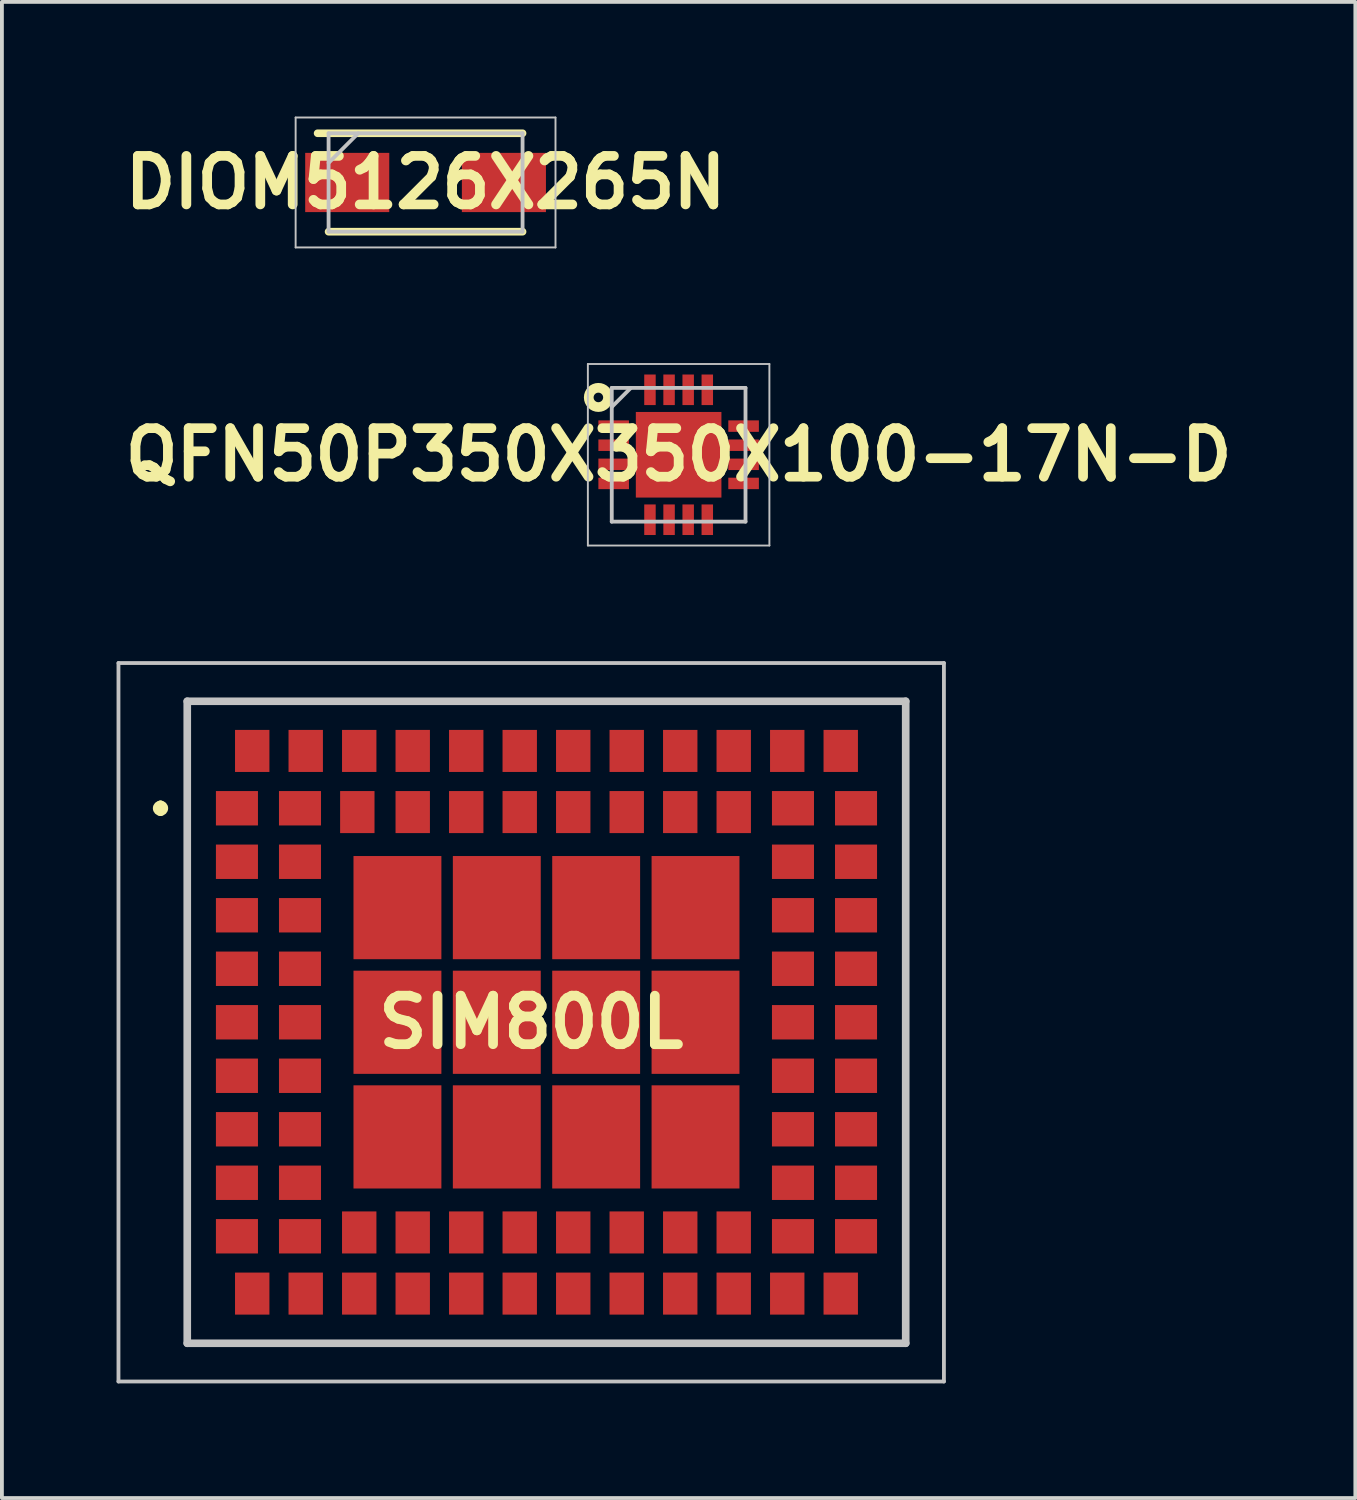
<source format=kicad_pcb>
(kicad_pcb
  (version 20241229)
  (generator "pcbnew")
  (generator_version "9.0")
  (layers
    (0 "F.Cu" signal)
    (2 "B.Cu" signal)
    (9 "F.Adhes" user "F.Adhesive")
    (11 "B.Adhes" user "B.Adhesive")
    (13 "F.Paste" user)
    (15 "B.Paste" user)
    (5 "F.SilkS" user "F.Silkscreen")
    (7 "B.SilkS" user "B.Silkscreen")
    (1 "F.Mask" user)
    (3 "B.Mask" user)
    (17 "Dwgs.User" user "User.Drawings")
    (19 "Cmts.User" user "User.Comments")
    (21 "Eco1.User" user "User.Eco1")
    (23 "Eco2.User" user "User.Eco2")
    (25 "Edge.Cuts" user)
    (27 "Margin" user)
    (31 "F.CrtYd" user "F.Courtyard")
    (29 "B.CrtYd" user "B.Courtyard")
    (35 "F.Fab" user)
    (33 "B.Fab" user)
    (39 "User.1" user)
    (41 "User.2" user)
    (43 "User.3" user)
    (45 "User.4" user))
  (footprint "QFN50P350X350X100-17N-D"
    (layer "F.Cu")
    (at 14.708 8.85)
    (property "Reference" "QFN50P350X350X100-17N-D" (at 0 0 0) (layer "F.SilkS") (effects (font (size 1.27 1.27) (thickness 0.254))))
    (attr smd)
    (fp_circle (center -2.1 -1.5) (end -1.975 -1.5) (stroke (width 0.254) (type solid)) (fill no) (layer "F.SilkS"))
    (fp_line (start -2.375 -2.375) (end 2.375 -2.375) (stroke (width 0.05) (type solid)) (layer "Dwgs.User"))
    (fp_line (start -2.375 2.375) (end -2.375 -2.375) (stroke (width 0.05) (type solid)) (layer "Dwgs.User"))
    (fp_line (start -1.75 -1.75) (end 1.75 -1.75) (stroke (width 0.1) (type solid)) (layer "Dwgs.User"))
    (fp_line (start -1.75 -1.25) (end -1.25 -1.75) (stroke (width 0.1) (type solid)) (layer "Dwgs.User"))
    (fp_line (start -1.75 1.75) (end -1.75 -1.75) (stroke (width 0.1) (type solid)) (layer "Dwgs.User"))
    (fp_line (start 1.75 -1.75) (end 1.75 1.75) (stroke (width 0.1) (type solid)) (layer "Dwgs.User"))
    (fp_line (start 1.75 1.75) (end -1.75 1.75) (stroke (width 0.1) (type solid)) (layer "Dwgs.User"))
    (fp_line (start 2.375 -2.375) (end 2.375 2.375) (stroke (width 0.05) (type solid)) (layer "Dwgs.User"))
    (fp_line (start 2.375 2.375) (end -2.375 2.375) (stroke (width 0.05) (type solid)) (layer "Dwgs.User"))
    (pad "1" smd rect (at -1.7 -0.75 90) (size 0.3 0.8) (layers "F.Cu" "F.Mask" "F.Paste"))
    (pad "2" smd rect (at -1.7 -0.25 90) (size 0.3 0.8) (layers "F.Cu" "F.Mask" "F.Paste"))
    (pad "3" smd rect (at -1.7 0.25 90) (size 0.3 0.8) (layers "F.Cu" "F.Mask" "F.Paste"))
    (pad "4" smd rect (at -1.7 0.75 90) (size 0.3 0.8) (layers "F.Cu" "F.Mask" "F.Paste"))
    (pad "5" smd rect (at -0.75 1.7) (size 0.3 0.8) (layers "F.Cu" "F.Mask" "F.Paste"))
    (pad "6" smd rect (at -0.25 1.7) (size 0.3 0.8) (layers "F.Cu" "F.Mask" "F.Paste"))
    (pad "7" smd rect (at 0.25 1.7) (size 0.3 0.8) (layers "F.Cu" "F.Mask" "F.Paste"))
    (pad "8" smd rect (at 0.75 1.7) (size 0.3 0.8) (layers "F.Cu" "F.Mask" "F.Paste"))
    (pad "9" smd rect (at 1.7 0.75 90) (size 0.3 0.8) (layers "F.Cu" "F.Mask" "F.Paste"))
    (pad "10" smd rect (at 1.7 0.25 90) (size 0.3 0.8) (layers "F.Cu" "F.Mask" "F.Paste"))
    (pad "11" smd rect (at 1.7 -0.25 90) (size 0.3 0.8) (layers "F.Cu" "F.Mask" "F.Paste"))
    (pad "12" smd rect (at 1.7 -0.75 90) (size 0.3 0.8) (layers "F.Cu" "F.Mask" "F.Paste"))
    (pad "13" smd rect (at 0.75 -1.7) (size 0.3 0.8) (layers "F.Cu" "F.Mask" "F.Paste"))
    (pad "14" smd rect (at 0.25 -1.7) (size 0.3 0.8) (layers "F.Cu" "F.Mask" "F.Paste"))
    (pad "15" smd rect (at -0.25 -1.7) (size 0.3 0.8) (layers "F.Cu" "F.Mask" "F.Paste"))
    (pad "16" smd rect (at -0.75 -1.7) (size 0.3 0.8) (layers "F.Cu" "F.Mask" "F.Paste"))
    (pad "17" smd rect (at 0 0) (size 2.24 2.24) (layers "F.Cu" "F.Mask" "F.Paste")))
  (footprint "SIM800L"
    (layer "F.Cu")
    (at 10.85 23.7)
    (property "Reference" "SIM800L" (at 0 0 0) (layer "F.SilkS") (effects (font (size 1.27 1.27) (thickness 0.254))))
    (attr smd)
    (fp_line (start -9.7 -5.7) (end -9.7 -5.7) (stroke (width 0.2) (type solid)) (layer "F.SilkS"))
    (fp_line (start -9.7 -5.5) (end -9.7 -5.5) (stroke (width 0.2) (type solid)) (layer "F.SilkS"))
    (fp_line (start -9 -8.4) (end 9.8 -8.4) (stroke (width 0.1) (type solid)) (layer "F.SilkS"))
    (fp_line (start -9 8.4) (end -9 -8.4) (stroke (width 0.1) (type solid)) (layer "F.SilkS"))
    (fp_line (start 9.8 -8.4) (end 9.8 8.4) (stroke (width 0.1) (type solid)) (layer "F.SilkS"))
    (fp_line (start 9.8 8.4) (end -9 8.4) (stroke (width 0.1) (type solid)) (layer "F.SilkS"))
    (fp_arc (start -9.7 -5.7) (mid -9.6 -5.6) (end -9.7 -5.5) (stroke (width 0.2) (type solid)) (layer "F.SilkS"))
    (fp_arc (start -9.7 -5.5) (mid -9.8 -5.6) (end -9.7 -5.7) (stroke (width 0.2) (type solid)) (layer "F.SilkS"))
    (fp_line (start -10.8 -9.4) (end 10.8 -9.4) (stroke (width 0.1) (type solid)) (layer "Dwgs.User"))
    (fp_line (start -10.8 9.4) (end -10.8 -9.4) (stroke (width 0.1) (type solid)) (layer "Dwgs.User"))
    (fp_line (start -9 -8.4) (end 9.8 -8.4) (stroke (width 0.2) (type solid)) (layer "Dwgs.User"))
    (fp_line (start -9 8.4) (end -9 -8.4) (stroke (width 0.2) (type solid)) (layer "Dwgs.User"))
    (fp_line (start 9.8 -8.4) (end 9.8 8.4) (stroke (width 0.2) (type solid)) (layer "Dwgs.User"))
    (fp_line (start 9.8 8.4) (end -9 8.4) (stroke (width 0.2) (type solid)) (layer "Dwgs.User"))
    (fp_line (start 10.8 -9.4) (end 10.8 9.4) (stroke (width 0.1) (type solid)) (layer "Dwgs.User"))
    (fp_line (start 10.8 9.4) (end -10.8 9.4) (stroke (width 0.1) (type solid)) (layer "Dwgs.User"))
    (pad "1" smd rect (at -7.7 -5.6 90) (size 0.9 1.1) (layers "F.Cu" "F.Mask" "F.Paste"))
    (pad "2" smd rect (at -7.7 -4.2 90) (size 0.9 1.1) (layers "F.Cu" "F.Mask" "F.Paste"))
    (pad "3" smd rect (at -7.7 -2.8 90) (size 0.9 1.1) (layers "F.Cu" "F.Mask" "F.Paste"))
    (pad "4" smd rect (at -7.7 -1.4 90) (size 0.9 1.1) (layers "F.Cu" "F.Mask" "F.Paste"))
    (pad "5" smd rect (at -7.7 0 90) (size 0.9 1.1) (layers "F.Cu" "F.Mask" "F.Paste"))
    (pad "6" smd rect (at -7.7 1.4 90) (size 0.9 1.1) (layers "F.Cu" "F.Mask" "F.Paste"))
    (pad "7" smd rect (at -7.7 2.8 90) (size 0.9 1.1) (layers "F.Cu" "F.Mask" "F.Paste"))
    (pad "8" smd rect (at -7.7 4.2 90) (size 0.9 1.1) (layers "F.Cu" "F.Mask" "F.Paste"))
    (pad "9" smd rect (at -7.7 5.6 90) (size 0.9 1.1) (layers "F.Cu" "F.Mask" "F.Paste"))
    (pad "10" smd rect (at -7.3 7.1) (size 0.9 1.1) (layers "F.Cu" "F.Mask" "F.Paste"))
    (pad "11" smd rect (at -5.9 7.1) (size 0.9 1.1) (layers "F.Cu" "F.Mask" "F.Paste"))
    (pad "12" smd rect (at -4.5 7.1) (size 0.9 1.1) (layers "F.Cu" "F.Mask" "F.Paste"))
    (pad "13" smd rect (at -3.1 7.1) (size 0.9 1.1) (layers "F.Cu" "F.Mask" "F.Paste"))
    (pad "14" smd rect (at -1.7 7.1) (size 0.9 1.1) (layers "F.Cu" "F.Mask" "F.Paste"))
    (pad "15" smd rect (at -0.3 7.1) (size 0.9 1.1) (layers "F.Cu" "F.Mask" "F.Paste"))
    (pad "16" smd rect (at 1.1 7.1) (size 0.9 1.1) (layers "F.Cu" "F.Mask" "F.Paste"))
    (pad "17" smd rect (at 2.5 7.1) (size 0.9 1.1) (layers "F.Cu" "F.Mask" "F.Paste"))
    (pad "18" smd rect (at 3.9 7.1) (size 0.9 1.1) (layers "F.Cu" "F.Mask" "F.Paste"))
    (pad "19" smd rect (at 5.3 7.1) (size 0.9 1.1) (layers "F.Cu" "F.Mask" "F.Paste"))
    (pad "20" smd rect (at 6.7 7.1) (size 0.9 1.1) (layers "F.Cu" "F.Mask" "F.Paste"))
    (pad "21" smd rect (at 8.1 7.1) (size 0.9 1.1) (layers "F.Cu" "F.Mask" "F.Paste"))
    (pad "22" smd rect (at 8.5 5.6 90) (size 0.9 1.1) (layers "F.Cu" "F.Mask" "F.Paste"))
    (pad "23" smd rect (at 8.5 4.2 90) (size 0.9 1.1) (layers "F.Cu" "F.Mask" "F.Paste"))
    (pad "24" smd rect (at 8.5 2.8 90) (size 0.9 1.1) (layers "F.Cu" "F.Mask" "F.Paste"))
    (pad "25" smd rect (at 8.5 1.4 90) (size 0.9 1.1) (layers "F.Cu" "F.Mask" "F.Paste"))
    (pad "26" smd rect (at 8.5 0 90) (size 0.9 1.1) (layers "F.Cu" "F.Mask" "F.Paste"))
    (pad "27" smd rect (at 8.5 -1.4 90) (size 0.9 1.1) (layers "F.Cu" "F.Mask" "F.Paste"))
    (pad "28" smd rect (at 8.5 -2.8 90) (size 0.9 1.1) (layers "F.Cu" "F.Mask" "F.Paste"))
    (pad "29" smd rect (at 8.5 -4.2 90) (size 0.9 1.1) (layers "F.Cu" "F.Mask" "F.Paste"))
    (pad "30" smd rect (at 8.5 -5.6 90) (size 0.9 1.1) (layers "F.Cu" "F.Mask" "F.Paste"))
    (pad "31" smd rect (at 8.1 -7.1) (size 0.9 1.1) (layers "F.Cu" "F.Mask" "F.Paste"))
    (pad "32" smd rect (at 6.7 -7.1) (size 0.9 1.1) (layers "F.Cu" "F.Mask" "F.Paste"))
    (pad "33" smd rect (at 5.3 -7.1) (size 0.9 1.1) (layers "F.Cu" "F.Mask" "F.Paste"))
    (pad "34" smd rect (at 3.9 -7.1) (size 0.9 1.1) (layers "F.Cu" "F.Mask" "F.Paste"))
    (pad "35" smd rect (at 2.5 -7.1) (size 0.9 1.1) (layers "F.Cu" "F.Mask" "F.Paste"))
    (pad "36" smd rect (at 1.1 -7.1) (size 0.9 1.1) (layers "F.Cu" "F.Mask" "F.Paste"))
    (pad "37" smd rect (at -0.3 -7.1) (size 0.9 1.1) (layers "F.Cu" "F.Mask" "F.Paste"))
    (pad "38" smd rect (at -1.7 -7.1) (size 0.9 1.1) (layers "F.Cu" "F.Mask" "F.Paste"))
    (pad "39" smd rect (at -3.1 -7.1) (size 0.9 1.1) (layers "F.Cu" "F.Mask" "F.Paste"))
    (pad "40" smd rect (at -4.5 -7.1) (size 0.9 1.1) (layers "F.Cu" "F.Mask" "F.Paste"))
    (pad "41" smd rect (at -5.9 -7.1) (size 0.9 1.1) (layers "F.Cu" "F.Mask" "F.Paste"))
    (pad "42" smd rect (at -7.3 -7.1) (size 0.9 1.1) (layers "F.Cu" "F.Mask" "F.Paste"))
    (pad "43" smd rect (at -6.05 -5.6 90) (size 0.9 1.1) (layers "F.Cu" "F.Mask" "F.Paste"))
    (pad "44" smd rect (at -6.05 -4.2 90) (size 0.9 1.1) (layers "F.Cu" "F.Mask" "F.Paste"))
    (pad "45" smd rect (at -6.05 -2.8 90) (size 0.9 1.1) (layers "F.Cu" "F.Mask" "F.Paste"))
    (pad "46" smd rect (at -6.05 -1.4 90) (size 0.9 1.1) (layers "F.Cu" "F.Mask" "F.Paste"))
    (pad "47" smd rect (at -6.05 0 90) (size 0.9 1.1) (layers "F.Cu" "F.Mask" "F.Paste"))
    (pad "48" smd rect (at -6.05 1.4 90) (size 0.9 1.1) (layers "F.Cu" "F.Mask" "F.Paste"))
    (pad "49" smd rect (at -6.05 2.8 90) (size 0.9 1.1) (layers "F.Cu" "F.Mask" "F.Paste"))
    (pad "50" smd rect (at -6.05 4.2 90) (size 0.9 1.1) (layers "F.Cu" "F.Mask" "F.Paste"))
    (pad "51" smd rect (at -6.05 5.6 90) (size 0.9 1.1) (layers "F.Cu" "F.Mask" "F.Paste"))
    (pad "52" smd rect (at -4.5 5.5) (size 0.9 1.1) (layers "F.Cu" "F.Mask" "F.Paste"))
    (pad "53" smd rect (at -3.1 5.5) (size 0.9 1.1) (layers "F.Cu" "F.Mask" "F.Paste"))
    (pad "54" smd rect (at -1.7 5.5) (size 0.9 1.1) (layers "F.Cu" "F.Mask" "F.Paste"))
    (pad "55" smd rect (at -0.3 5.5) (size 0.9 1.1) (layers "F.Cu" "F.Mask" "F.Paste"))
    (pad "56" smd rect (at 1.1 5.5) (size 0.9 1.1) (layers "F.Cu" "F.Mask" "F.Paste"))
    (pad "57" smd rect (at 2.5 5.5) (size 0.9 1.1) (layers "F.Cu" "F.Mask" "F.Paste"))
    (pad "58" smd rect (at 3.9 5.5) (size 0.9 1.1) (layers "F.Cu" "F.Mask" "F.Paste"))
    (pad "59" smd rect (at 5.3 5.5) (size 0.9 1.1) (layers "F.Cu" "F.Mask" "F.Paste"))
    (pad "60" smd rect (at 6.85 5.6 90) (size 0.9 1.1) (layers "F.Cu" "F.Mask" "F.Paste"))
    (pad "61" smd rect (at 6.85 4.2 90) (size 0.9 1.1) (layers "F.Cu" "F.Mask" "F.Paste"))
    (pad "62" smd rect (at 6.85 2.8 90) (size 0.9 1.1) (layers "F.Cu" "F.Mask" "F.Paste"))
    (pad "63" smd rect (at 6.85 1.4 90) (size 0.9 1.1) (layers "F.Cu" "F.Mask" "F.Paste"))
    (pad "64" smd rect (at 6.85 0 90) (size 0.9 1.1) (layers "F.Cu" "F.Mask" "F.Paste"))
    (pad "65" smd rect (at 6.85 -1.4 90) (size 0.9 1.1) (layers "F.Cu" "F.Mask" "F.Paste"))
    (pad "66" smd rect (at 6.85 -2.8 90) (size 0.9 1.1) (layers "F.Cu" "F.Mask" "F.Paste"))
    (pad "67" smd rect (at 6.85 -4.2 90) (size 0.9 1.1) (layers "F.Cu" "F.Mask" "F.Paste"))
    (pad "68" smd rect (at 6.85 -5.6 90) (size 0.9 1.1) (layers "F.Cu" "F.Mask" "F.Paste"))
    (pad "69" smd rect (at 5.3 -5.5) (size 0.9 1.1) (layers "F.Cu" "F.Mask" "F.Paste"))
    (pad "70" smd rect (at 3.9 -5.5) (size 0.9 1.1) (layers "F.Cu" "F.Mask" "F.Paste"))
    (pad "71" smd rect (at 2.5 -5.5) (size 0.9 1.1) (layers "F.Cu" "F.Mask" "F.Paste"))
    (pad "72" smd rect (at 1.1 -5.5) (size 0.9 1.1) (layers "F.Cu" "F.Mask" "F.Paste"))
    (pad "73" smd rect (at -0.3 -5.5) (size 0.9 1.1) (layers "F.Cu" "F.Mask" "F.Paste"))
    (pad "74" smd rect (at -1.7 -5.5) (size 0.9 1.1) (layers "F.Cu" "F.Mask" "F.Paste"))
    (pad "75" smd rect (at -3.1 -5.5) (size 0.9 1.1) (layers "F.Cu" "F.Mask" "F.Paste"))
    (pad "76" smd rect (at -4.55 -5.5) (size 0.9 1.1) (layers "F.Cu" "F.Mask" "F.Paste"))
    (pad "77" smd rect (at -3.5 -3) (size 2.3 2.7) (layers "F.Cu" "F.Mask" "F.Paste"))
    (pad "78" smd rect (at -3.5 0) (size 2.3 2.7) (layers "F.Cu" "F.Mask" "F.Paste"))
    (pad "79" smd rect (at -3.5 3) (size 2.3 2.7) (layers "F.Cu" "F.Mask" "F.Paste"))
    (pad "80" smd rect (at -0.9 3) (size 2.3 2.7) (layers "F.Cu" "F.Mask" "F.Paste"))
    (pad "81" smd rect (at 1.7 3) (size 2.3 2.7) (layers "F.Cu" "F.Mask" "F.Paste"))
    (pad "82" smd rect (at 4.3 3) (size 2.3 2.7) (layers "F.Cu" "F.Mask" "F.Paste"))
    (pad "83" smd rect (at 4.3 0) (size 2.3 2.7) (layers "F.Cu" "F.Mask" "F.Paste"))
    (pad "84" smd rect (at 4.3 -3) (size 2.3 2.7) (layers "F.Cu" "F.Mask" "F.Paste"))
    (pad "85" smd rect (at 1.7 -3) (size 2.3 2.7) (layers "F.Cu" "F.Mask" "F.Paste"))
    (pad "86" smd rect (at -0.9 -3) (size 2.3 2.7) (layers "F.Cu" "F.Mask" "F.Paste"))
    (pad "87" smd rect (at -0.9 0) (size 2.3 2.7) (layers "F.Cu" "F.Mask" "F.Paste"))
    (pad "88" smd rect (at 1.7 0) (size 2.3 2.7) (layers "F.Cu" "F.Mask" "F.Paste")))
  (footprint "DIOM5126X265N"
    (layer "F.Cu")
    (at 8.086 1.725)
    (property "Reference" "DIOM5126X265N" (at 0 0 0) (layer "F.SilkS") (effects (font (size 1.27 1.27) (thickness 0.254))))
    (attr smd)
    (fp_line (start -2.538 1.288) (end 2.538 1.288) (stroke (width 0.2) (type solid)) (layer "F.SilkS"))
    (fp_line (start 2.538 -1.288) (end -2.825 -1.288) (stroke (width 0.2) (type solid)) (layer "F.SilkS"))
    (fp_line (start -3.4 -1.7) (end 3.4 -1.7) (stroke (width 0.05) (type solid)) (layer "Dwgs.User"))
    (fp_line (start -3.4 1.7) (end -3.4 -1.7) (stroke (width 0.05) (type solid)) (layer "Dwgs.User"))
    (fp_line (start -2.538 -1.288) (end 2.538 -1.288) (stroke (width 0.1) (type solid)) (layer "Dwgs.User"))
    (fp_line (start -2.538 -0.512) (end -1.762 -1.288) (stroke (width 0.1) (type solid)) (layer "Dwgs.User"))
    (fp_line (start -2.538 1.288) (end -2.538 -1.288) (stroke (width 0.1) (type solid)) (layer "Dwgs.User"))
    (fp_line (start 2.538 -1.288) (end 2.538 1.288) (stroke (width 0.1) (type solid)) (layer "Dwgs.User"))
    (fp_line (start 2.538 1.288) (end -2.538 1.288) (stroke (width 0.1) (type solid)) (layer "Dwgs.User"))
    (fp_line (start 3.4 -1.7) (end 3.4 1.7) (stroke (width 0.05) (type solid)) (layer "Dwgs.User"))
    (fp_line (start 3.4 1.7) (end -3.4 1.7) (stroke (width 0.05) (type solid)) (layer "Dwgs.User"))
    (pad "1" smd rect (at -2.05 0 90) (size 1.55 2.2) (layers "F.Cu" "F.Mask" "F.Paste"))
    (pad "2" smd rect (at 2.05 0 90) (size 1.55 2.2) (layers "F.Cu" "F.Mask" "F.Paste")))
  (gr_rect
    (start -3 -3)
    (end 32.416 36.15)
    (stroke (width 0.1) (type default))
    (fill no)
    (layer "Edge.Cuts")))
</source>
